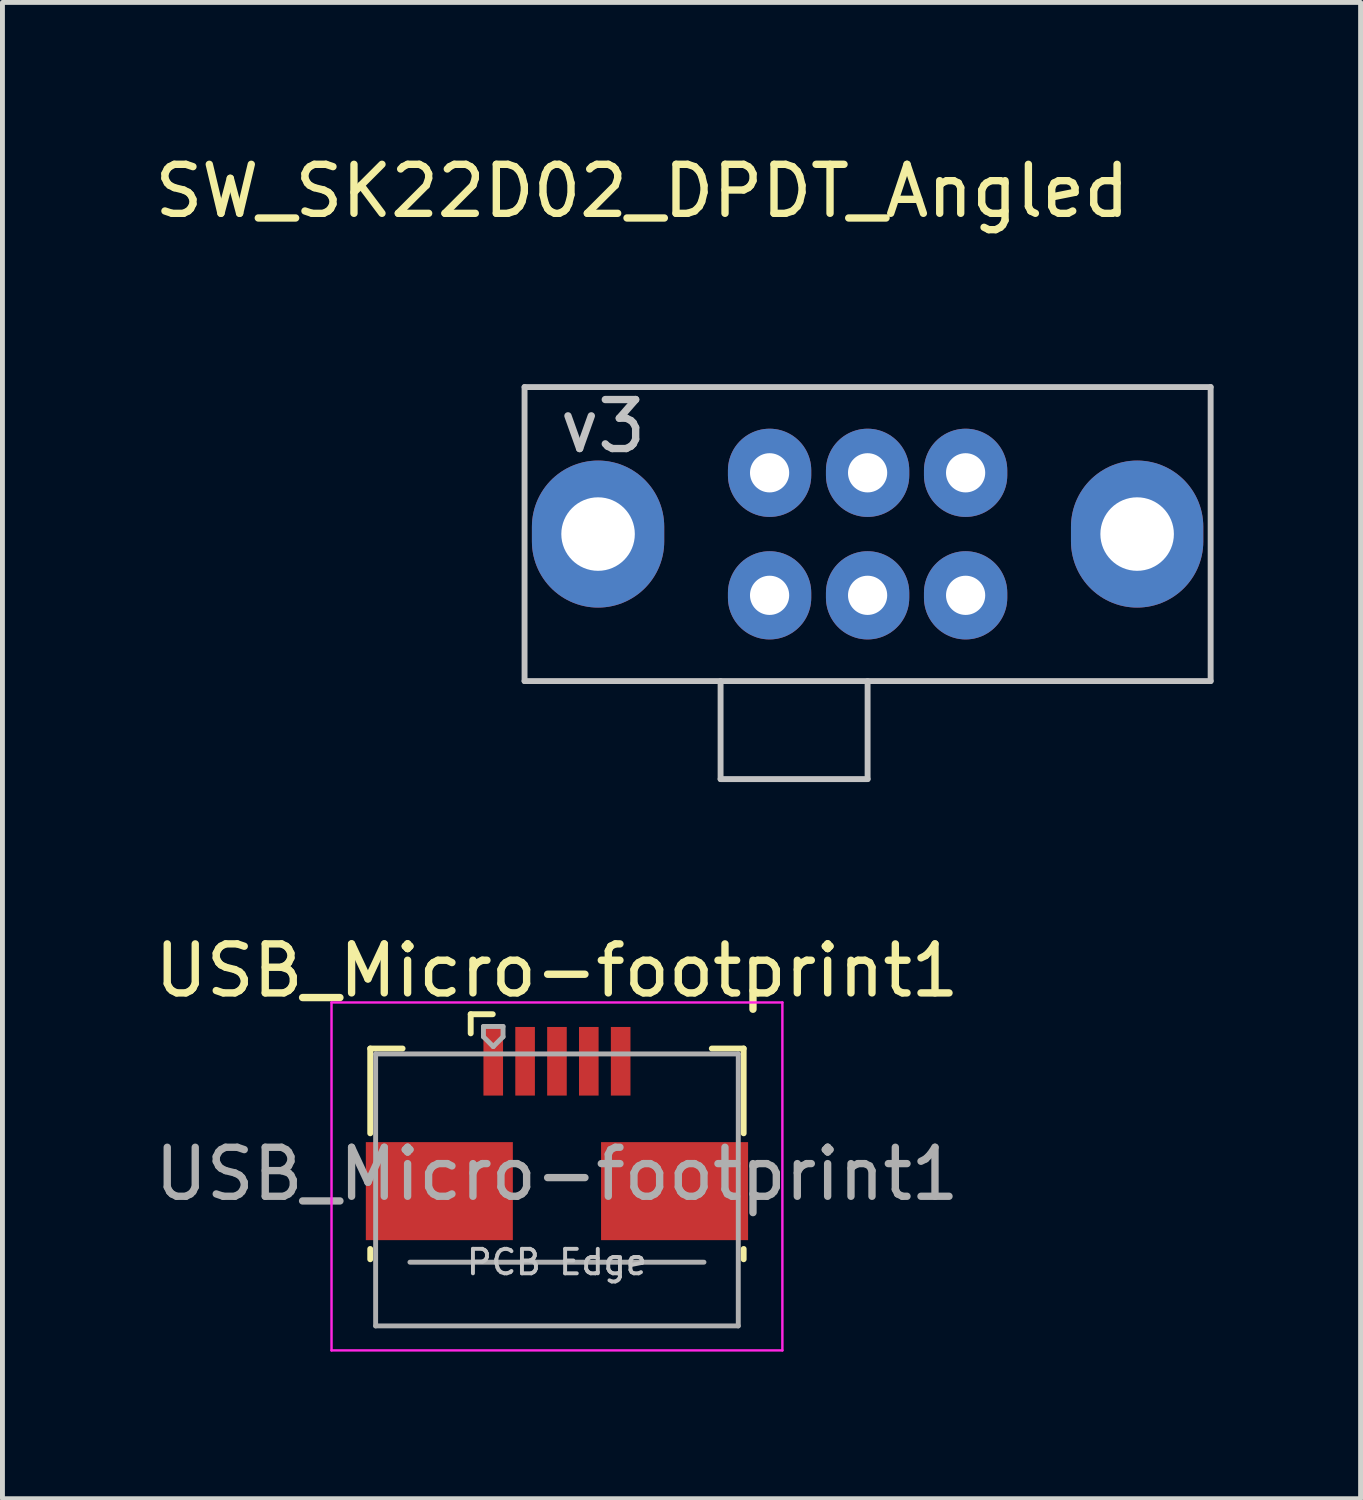
<source format=kicad_pcb>
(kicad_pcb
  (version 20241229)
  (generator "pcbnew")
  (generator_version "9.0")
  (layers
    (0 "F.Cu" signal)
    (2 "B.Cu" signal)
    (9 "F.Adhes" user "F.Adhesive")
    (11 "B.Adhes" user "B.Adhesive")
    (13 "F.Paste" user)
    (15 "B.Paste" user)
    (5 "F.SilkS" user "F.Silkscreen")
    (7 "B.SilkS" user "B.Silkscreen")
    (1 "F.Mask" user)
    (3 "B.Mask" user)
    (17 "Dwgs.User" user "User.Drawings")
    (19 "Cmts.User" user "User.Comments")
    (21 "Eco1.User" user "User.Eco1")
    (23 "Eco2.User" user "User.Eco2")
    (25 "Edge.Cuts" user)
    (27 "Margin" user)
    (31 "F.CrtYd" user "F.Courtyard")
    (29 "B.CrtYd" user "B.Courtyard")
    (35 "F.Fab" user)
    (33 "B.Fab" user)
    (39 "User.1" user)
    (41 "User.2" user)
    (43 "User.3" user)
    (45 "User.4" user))
  (footprint "SW_SK22D02_DPDT_Angled"
    (layer "F.Cu")
    (at 14.654 7.848)
    (property "Reference" "SW_SK22D02_DPDT_Angled" (at -4.6 -7 0) (layer "F.SilkS") (effects (font (size 1 1) (thickness 0.15))))
    (attr through_hole)
    (fp_line (start -7 -3) (end 7 -3) (stroke (width 0.12) (type solid)) (layer "Dwgs.User"))
    (fp_line (start -7 3) (end -7 -3) (stroke (width 0.12) (type solid)) (layer "Dwgs.User"))
    (fp_line (start -3 3) (end -3 5) (stroke (width 0.12) (type solid)) (layer "Dwgs.User"))
    (fp_line (start -3 5) (end 0 5) (stroke (width 0.12) (type solid)) (layer "Dwgs.User"))
    (fp_line (start 0 5) (end 0 3) (stroke (width 0.12) (type solid)) (layer "Dwgs.User"))
    (fp_line (start 7 -3) (end 7 3) (stroke (width 0.12) (type solid)) (layer "Dwgs.User"))
    (fp_line (start 7 3) (end -7 3) (stroke (width 0.12) (type solid)) (layer "Dwgs.User"))
    (fp_text user "v3" (at -5.4 -2.2 0) (layer "Dwgs.User") (effects (font (size 1 1) (thickness 0.15))))
    (pad "1" thru_hole oval (at -2 -1.25) (size 1.7 1.8) (drill 0.8) (layers "*.Cu" "*.Mask"))
    (pad "2" thru_hole oval (at 0 -1.25) (size 1.7 1.8) (drill 0.8) (layers "*.Cu" "*.Mask"))
    (pad "3" thru_hole oval (at 2 -1.25) (size 1.7 1.8) (drill 0.8) (layers "*.Cu" "*.Mask"))
    (pad "4" thru_hole oval (at -2 1.25) (size 1.7 1.8) (drill 0.8) (layers "*.Cu" "*.Mask"))
    (pad "5" thru_hole oval (at 0 1.25) (size 1.7 1.8) (drill 0.8) (layers "*.Cu" "*.Mask"))
    (pad "6" thru_hole oval (at 2 1.25) (size 1.7 1.8) (drill 0.8) (layers "*.Cu" "*.Mask"))
    (pad "7" thru_hole oval (at -5.5 0) (size 2.7 3) (drill 1.5) (layers "*.Cu" "*.Mask"))
    (pad "8" thru_hole oval (at 5.5 0) (size 2.7 3) (drill 1.5) (layers "*.Cu" "*.Mask")))
  (footprint "USB_Micro-footprint1"
    (layer "F.Cu")
    (at 8.315 20.056)
    (property "Reference" "USB_Micro-footprint1" (at 0 -3.3 0) (layer "F.SilkS") (effects (font (size 1 1) (thickness 0.15))))
    (attr smd)
    (fp_line (start -3.81 -1.71) (end -3.15 -1.71) (stroke (width 0.12) (type solid)) (layer "F.SilkS"))
    (fp_line (start -3.81 0.02) (end -3.81 -1.71) (stroke (width 0.12) (type solid)) (layer "F.SilkS"))
    (fp_line (start -3.81 2.59) (end -3.81 2.38) (stroke (width 0.12) (type solid)) (layer "F.SilkS"))
    (fp_line (start -1.76 -2.41) (end -1.76 -2.02) (stroke (width 0.12) (type solid)) (layer "F.SilkS"))
    (fp_line (start -1.76 -2.41) (end -1.31 -2.41) (stroke (width 0.12) (type solid)) (layer "F.SilkS"))
    (fp_line (start 3.81 -1.71) (end 3.16 -1.71) (stroke (width 0.12) (type solid)) (layer "F.SilkS"))
    (fp_line (start 3.81 0.02) (end 3.81 -1.71) (stroke (width 0.12) (type solid)) (layer "F.SilkS"))
    (fp_line (start 3.81 2.59) (end 3.81 2.38) (stroke (width 0.12) (type solid)) (layer "F.SilkS"))
    (fp_line (start -4.6 -2.65) (end 4.6 -2.65) (stroke (width 0.05) (type solid)) (layer "F.CrtYd"))
    (fp_line (start -4.6 4.45) (end -4.6 -2.65) (stroke (width 0.05) (type solid)) (layer "F.CrtYd"))
    (fp_line (start -4.6 4.45) (end 4.6 4.45) (stroke (width 0.05) (type solid)) (layer "F.CrtYd"))
    (fp_line (start 4.6 -2.65) (end 4.6 4.45) (stroke (width 0.05) (type solid)) (layer "F.CrtYd"))
    (fp_line (start -3.7 -1.6) (end 3.7 -1.6) (stroke (width 0.1) (type solid)) (layer "F.Fab"))
    (fp_line (start -3.7 3.95) (end -3.7 -1.6) (stroke (width 0.1) (type solid)) (layer "F.Fab"))
    (fp_line (start -3.7 3.95) (end 3.7 3.95) (stroke (width 0.1) (type solid)) (layer "F.Fab"))
    (fp_line (start -3 2.65) (end 3 2.65) (stroke (width 0.1) (type solid)) (layer "F.Fab"))
    (fp_line (start -1.5 -2.16) (end -1.5 -1.95) (stroke (width 0.1) (type solid)) (layer "F.Fab"))
    (fp_line (start -1.5 -2.16) (end -1.1 -2.16) (stroke (width 0.1) (type solid)) (layer "F.Fab"))
    (fp_line (start -1.3 -1.75) (end -1.5 -1.95) (stroke (width 0.1) (type solid)) (layer "F.Fab"))
    (fp_line (start -1.1 -2.16) (end -1.1 -1.95) (stroke (width 0.1) (type solid)) (layer "F.Fab"))
    (fp_line (start -1.1 -1.95) (end -1.3 -1.75) (stroke (width 0.1) (type solid)) (layer "F.Fab"))
    (fp_line (start 3.7 3.95) (end 3.7 -1.6) (stroke (width 0.1) (type solid)) (layer "F.Fab"))
    (fp_text user "PCB Edge" (at 0 2.65 0) (layer "Dwgs.User") (effects (font (size 0.5 0.5) (thickness 0.08))))
    (fp_text user "${REFERENCE}" (at 0 0.85 0) (layer "F.Fab") (effects (font (size 1 1) (thickness 0.15))))
    (pad "1" smd rect (at -1.3 -1.45) (size 0.4 1.4) (layers "F.Cu" "F.Mask" "F.Paste"))
    (pad "2" smd rect (at -0.65 -1.45) (size 0.4 1.4) (layers "F.Cu" "F.Mask" "F.Paste"))
    (pad "3" smd rect (at 0 -1.45) (size 0.4 1.4) (layers "F.Cu" "F.Mask" "F.Paste"))
    (pad "4" smd rect (at 0.65 -1.45) (size 0.4 1.4) (layers "F.Cu" "F.Mask" "F.Paste"))
    (pad "5" smd rect (at 1.3 -1.45) (size 0.4 1.4) (layers "F.Cu" "F.Mask" "F.Paste"))
    (pad "6" smd rect (at -2.4 1.2 180) (size 3 2) (layers "F.Cu" "F.Mask" "F.Paste"))
    (pad "6" smd rect (at 2.4 1.2) (size 3 2) (layers "F.Cu" "F.Mask" "F.Paste")))
  (gr_rect
    (start -3 -3)
    (end 24.714 27.532)
    (stroke (width 0.1) (type default))
    (fill no)
    (layer "Edge.Cuts")))
</source>
